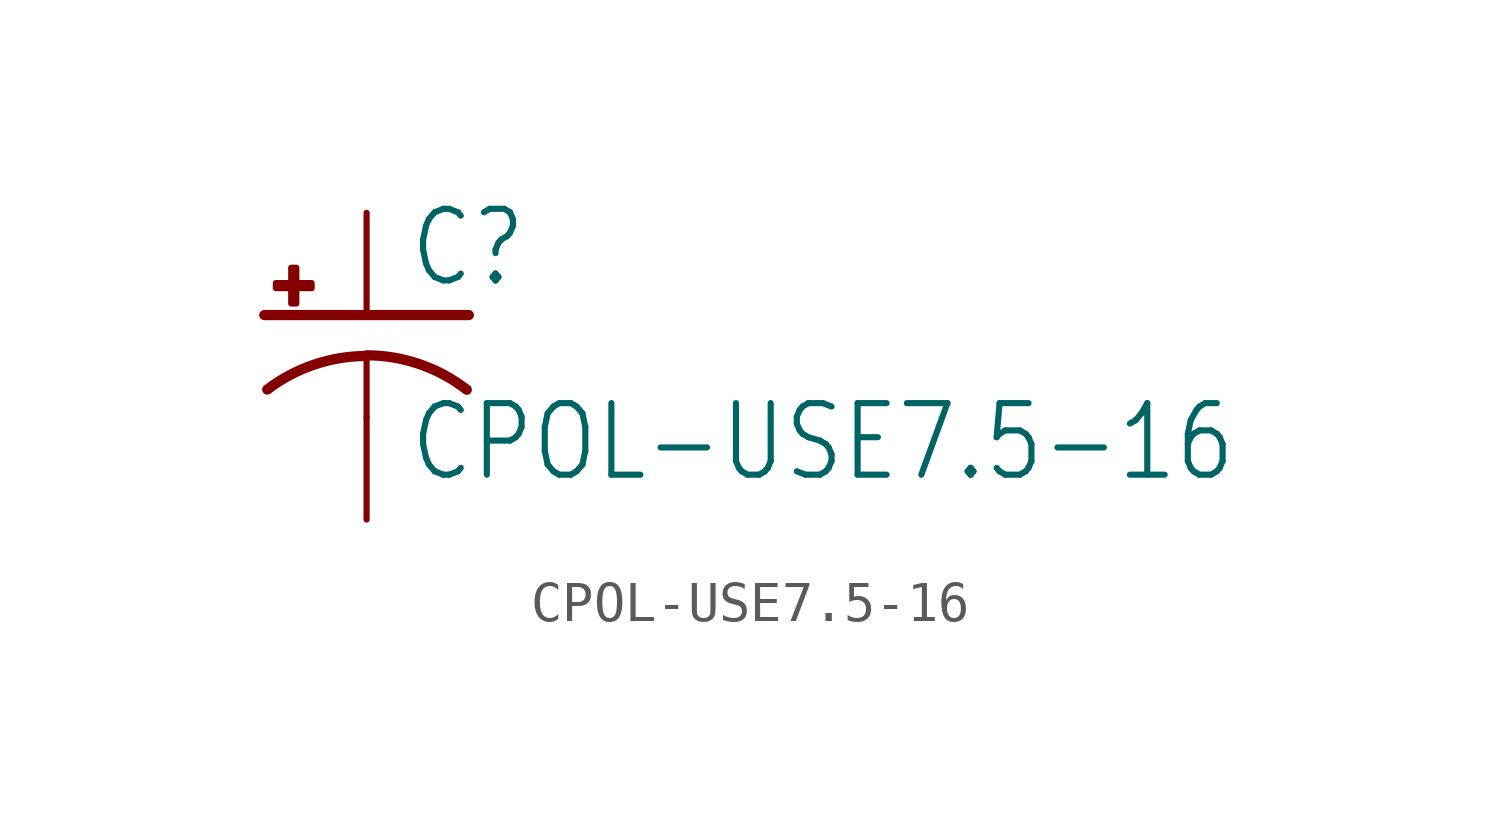
<source format=kicad_sym>
(kicad_symbol_lib
  (version 20211014)
  (generator kicad_symbol_editor)
  (symbol "CPOL-USE7.5-16"
    (property "Reference" "C"
      (at 1.016 0.635 0)
      (effects (font (size 1.778 1.511)) (justify left bottom)))
    (property "Value" "CPOL-USE7.5-16"
      (at 1.016 -4.191 0)
      (effects (font (size 1.778 1.511)) (justify left bottom)))
    (property "ki_locked" ""
      (at 0 0 0)
      (effects (font (size 1.27 1.27))))
    (symbol "CPOL-USE7.5-16_1_0"
      (rectangle (start -2.253 0.668) (end -1.364 0.795) (stroke (width 0) (type default) (color 0 0 0 0)) (fill (type outline)))
      (rectangle (start -1.872 0.287) (end -1.745 1.176) (stroke (width 0) (type default) (color 0 0 0 0)) (fill (type outline)))
      (arc (start 0 -1.0161) (mid -1.3021 -1.2302) (end -2.4669 -1.8504) (stroke (width 0.254) (type default) (color 0 0 0 0)) (fill (type none)))
      (polyline (pts (xy -2.54 0) (xy 2.54 0)) (stroke (width 0.254) (type default) (color 0 0 0 0)) (fill (type none)))
      (polyline (pts (xy 0 -1.016) (xy 0 -2.54)) (stroke (width 0.152) (type default) (color 0 0 0 0)) (fill (type none)))
      (arc (start 2.4892 -1.8542) (mid 1.3158 -1.2195) (end 0 -1) (stroke (width 0.254) (type default) (color 0 0 0 0)) (fill (type none)))
      (pin passive line (at 0 2.54 270) (length 2.54) (name "+" (effects (font (size 0 0)))) (number "+" (effects (font (size 0 0)))))
      (pin passive line (at 0 -5.08 90) (length 2.54) (name "-" (effects (font (size 0 0)))) (number "-" (effects (font (size 0 0))))))))
</source>
